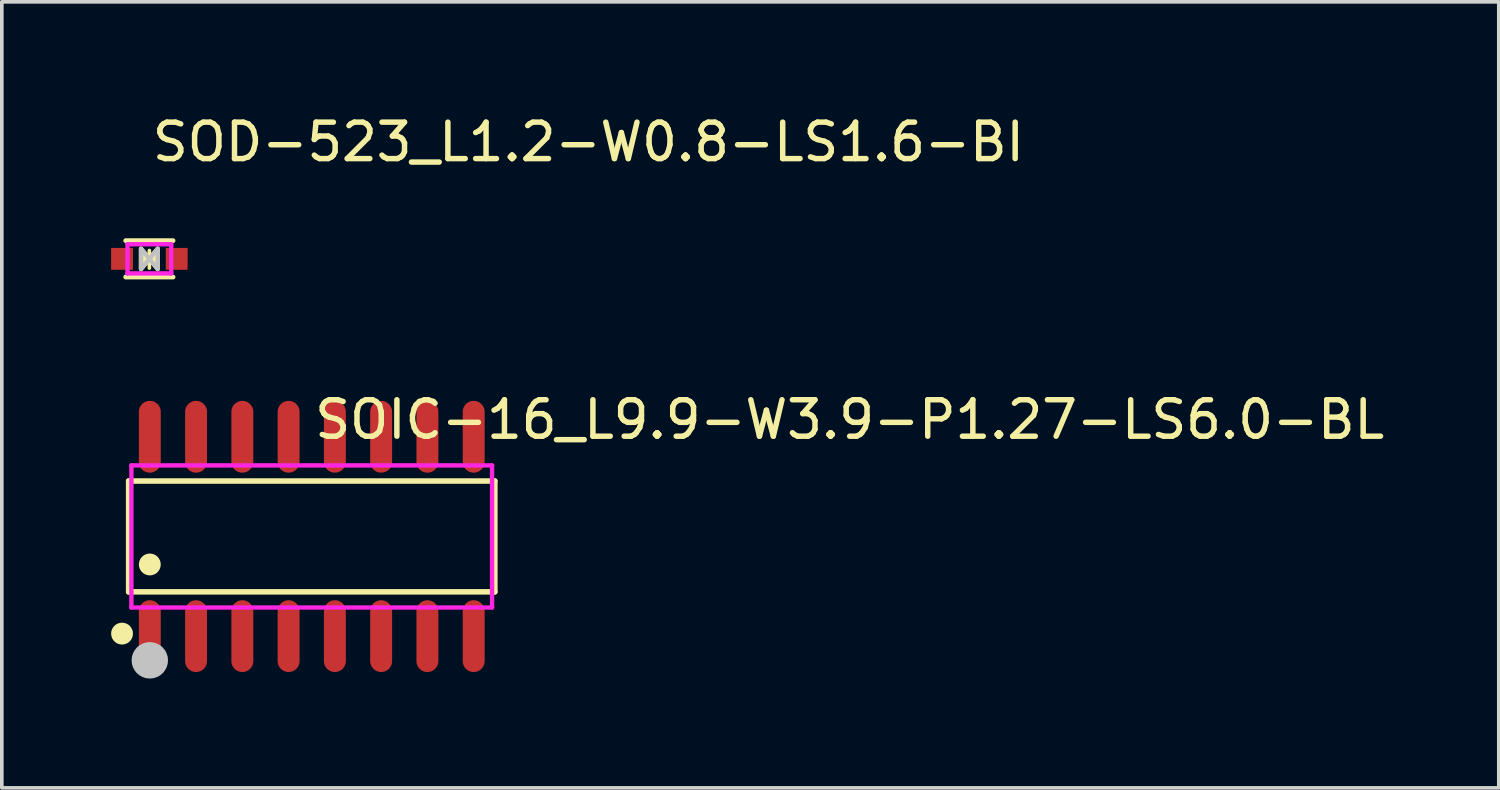
<source format=kicad_pcb>
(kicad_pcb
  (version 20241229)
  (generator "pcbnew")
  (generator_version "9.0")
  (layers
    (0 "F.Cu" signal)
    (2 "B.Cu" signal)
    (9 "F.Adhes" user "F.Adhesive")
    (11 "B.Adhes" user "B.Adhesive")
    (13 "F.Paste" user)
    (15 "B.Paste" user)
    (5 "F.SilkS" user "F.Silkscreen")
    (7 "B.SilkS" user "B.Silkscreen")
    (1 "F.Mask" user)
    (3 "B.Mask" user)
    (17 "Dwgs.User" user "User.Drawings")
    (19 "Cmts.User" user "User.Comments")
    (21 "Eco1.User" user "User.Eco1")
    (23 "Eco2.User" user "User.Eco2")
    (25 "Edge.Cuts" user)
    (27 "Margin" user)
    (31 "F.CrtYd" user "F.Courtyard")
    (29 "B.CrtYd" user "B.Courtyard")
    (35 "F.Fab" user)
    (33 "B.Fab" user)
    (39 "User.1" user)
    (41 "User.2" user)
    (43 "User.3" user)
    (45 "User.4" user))
  (footprint "SOIC-16_L9.9-W3.9-P1.27-LS6.0-BL"
    (layer "F.Cu")
    (at 5.507 11.675)
    (property "Reference" "SOIC-16_L9.9-W3.9-P1.27-LS6.0-BL" (at 0 -3.207 0) (layer "F.SilkS") (effects (font (size 1 1) (thickness 0.15)) (justify left)))
    (attr through_hole)
    (fp_line (start -5.026 -1.521) (end 5.026 -1.521) (stroke (width 0.152) (type solid)) (layer "F.SilkS"))
    (fp_line (start -5.026 1.521) (end -5.026 -1.521) (stroke (width 0.152) (type solid)) (layer "F.SilkS"))
    (fp_line (start 5.026 -1.521) (end 5.026 1.521) (stroke (width 0.152) (type solid)) (layer "F.SilkS"))
    (fp_line (start 5.026 1.521) (end -5.026 1.521) (stroke (width 0.152) (type solid)) (layer "F.SilkS"))
    (fp_circle (center -5.207 2.667) (end -5.057 2.667) (stroke (width 0.3) (type solid)) (fill no) (layer "F.SilkS"))
    (fp_circle (center -4.445 0.769) (end -4.295 0.769) (stroke (width 0.3) (type solid)) (fill no) (layer "F.SilkS"))
    (fp_circle (center -4.445 3.4) (end -4.195 3.4) (stroke (width 0.5) (type solid)) (fill no) (layer "Dwgs.User"))
    (fp_line (start -4.66 -2.31) (end -4.66 -1.94) (stroke (width 0.12) (type solid)) (layer "Eco2.User"))
    (fp_line (start -4.66 -1.94) (end -4.23 -1.94) (stroke (width 0.12) (type solid)) (layer "Eco2.User"))
    (fp_line (start -4.66 1.94) (end -4.23 1.94) (stroke (width 0.12) (type solid)) (layer "Eco2.User"))
    (fp_line (start -4.66 2.31) (end -4.66 1.94) (stroke (width 0.12) (type solid)) (layer "Eco2.User"))
    (fp_line (start -4.23 -2.31) (end -4.66 -2.31) (stroke (width 0.12) (type solid)) (layer "Eco2.User"))
    (fp_line (start -4.23 -1.94) (end -4.23 -2.31) (stroke (width 0.12) (type solid)) (layer "Eco2.User"))
    (fp_line (start -4.23 1.94) (end -4.23 2.31) (stroke (width 0.12) (type solid)) (layer "Eco2.User"))
    (fp_line (start -4.23 2.31) (end -4.66 2.31) (stroke (width 0.12) (type solid)) (layer "Eco2.User"))
    (fp_line (start -3.39 -2.31) (end -3.39 -1.94) (stroke (width 0.12) (type solid)) (layer "Eco2.User"))
    (fp_line (start -3.39 -1.94) (end -2.96 -1.94) (stroke (width 0.12) (type solid)) (layer "Eco2.User"))
    (fp_line (start -3.39 1.94) (end -2.96 1.94) (stroke (width 0.12) (type solid)) (layer "Eco2.User"))
    (fp_line (start -3.39 2.31) (end -3.39 1.94) (stroke (width 0.12) (type solid)) (layer "Eco2.User"))
    (fp_line (start -2.96 -2.31) (end -3.39 -2.31) (stroke (width 0.12) (type solid)) (layer "Eco2.User"))
    (fp_line (start -2.96 -1.94) (end -2.96 -2.31) (stroke (width 0.12) (type solid)) (layer "Eco2.User"))
    (fp_line (start -2.96 1.94) (end -2.96 2.31) (stroke (width 0.12) (type solid)) (layer "Eco2.User"))
    (fp_line (start -2.96 2.31) (end -3.39 2.31) (stroke (width 0.12) (type solid)) (layer "Eco2.User"))
    (fp_line (start -2.12 -2.31) (end -2.12 -1.94) (stroke (width 0.12) (type solid)) (layer "Eco2.User"))
    (fp_line (start -2.12 -1.94) (end -1.69 -1.94) (stroke (width 0.12) (type solid)) (layer "Eco2.User"))
    (fp_line (start -2.12 1.94) (end -1.69 1.94) (stroke (width 0.12) (type solid)) (layer "Eco2.User"))
    (fp_line (start -2.12 2.31) (end -2.12 1.94) (stroke (width 0.12) (type solid)) (layer "Eco2.User"))
    (fp_line (start -1.69 -2.31) (end -2.12 -2.31) (stroke (width 0.12) (type solid)) (layer "Eco2.User"))
    (fp_line (start -1.69 -1.94) (end -1.69 -2.31) (stroke (width 0.12) (type solid)) (layer "Eco2.User"))
    (fp_line (start -1.69 1.94) (end -1.69 2.31) (stroke (width 0.12) (type solid)) (layer "Eco2.User"))
    (fp_line (start -1.69 2.31) (end -2.12 2.31) (stroke (width 0.12) (type solid)) (layer "Eco2.User"))
    (fp_line (start -0.85 -2.31) (end -0.85 -1.94) (stroke (width 0.12) (type solid)) (layer "Eco2.User"))
    (fp_line (start -0.85 -1.94) (end -0.42 -1.94) (stroke (width 0.12) (type solid)) (layer "Eco2.User"))
    (fp_line (start -0.85 1.94) (end -0.42 1.94) (stroke (width 0.12) (type solid)) (layer "Eco2.User"))
    (fp_line (start -0.85 2.31) (end -0.85 1.94) (stroke (width 0.12) (type solid)) (layer "Eco2.User"))
    (fp_line (start -0.42 -2.31) (end -0.85 -2.31) (stroke (width 0.12) (type solid)) (layer "Eco2.User"))
    (fp_line (start -0.42 -1.94) (end -0.42 -2.31) (stroke (width 0.12) (type solid)) (layer "Eco2.User"))
    (fp_line (start -0.42 1.94) (end -0.42 2.31) (stroke (width 0.12) (type solid)) (layer "Eco2.User"))
    (fp_line (start -0.42 2.31) (end -0.85 2.31) (stroke (width 0.12) (type solid)) (layer "Eco2.User"))
    (fp_line (start 0.42 -2.31) (end 0.42 -1.94) (stroke (width 0.12) (type solid)) (layer "Eco2.User"))
    (fp_line (start 0.42 -1.94) (end 0.85 -1.94) (stroke (width 0.12) (type solid)) (layer "Eco2.User"))
    (fp_line (start 0.42 1.94) (end 0.85 1.94) (stroke (width 0.12) (type solid)) (layer "Eco2.User"))
    (fp_line (start 0.42 2.31) (end 0.42 1.94) (stroke (width 0.12) (type solid)) (layer "Eco2.User"))
    (fp_line (start 0.85 -2.31) (end 0.42 -2.31) (stroke (width 0.12) (type solid)) (layer "Eco2.User"))
    (fp_line (start 0.85 -1.94) (end 0.85 -2.31) (stroke (width 0.12) (type solid)) (layer "Eco2.User"))
    (fp_line (start 0.85 1.94) (end 0.85 2.31) (stroke (width 0.12) (type solid)) (layer "Eco2.User"))
    (fp_line (start 0.85 2.31) (end 0.42 2.31) (stroke (width 0.12) (type solid)) (layer "Eco2.User"))
    (fp_line (start 1.69 -2.31) (end 1.69 -1.94) (stroke (width 0.12) (type solid)) (layer "Eco2.User"))
    (fp_line (start 1.69 -1.94) (end 2.12 -1.94) (stroke (width 0.12) (type solid)) (layer "Eco2.User"))
    (fp_line (start 1.69 1.94) (end 2.12 1.94) (stroke (width 0.12) (type solid)) (layer "Eco2.User"))
    (fp_line (start 1.69 2.31) (end 1.69 1.94) (stroke (width 0.12) (type solid)) (layer "Eco2.User"))
    (fp_line (start 2.12 -2.31) (end 1.69 -2.31) (stroke (width 0.12) (type solid)) (layer "Eco2.User"))
    (fp_line (start 2.12 -1.94) (end 2.12 -2.31) (stroke (width 0.12) (type solid)) (layer "Eco2.User"))
    (fp_line (start 2.12 1.94) (end 2.12 2.31) (stroke (width 0.12) (type solid)) (layer "Eco2.User"))
    (fp_line (start 2.12 2.31) (end 1.69 2.31) (stroke (width 0.12) (type solid)) (layer "Eco2.User"))
    (fp_line (start 2.96 -2.31) (end 2.96 -1.94) (stroke (width 0.12) (type solid)) (layer "Eco2.User"))
    (fp_line (start 2.96 -1.94) (end 3.39 -1.94) (stroke (width 0.12) (type solid)) (layer "Eco2.User"))
    (fp_line (start 2.96 1.94) (end 3.39 1.94) (stroke (width 0.12) (type solid)) (layer "Eco2.User"))
    (fp_line (start 2.96 2.31) (end 2.96 1.94) (stroke (width 0.12) (type solid)) (layer "Eco2.User"))
    (fp_line (start 3.39 -2.31) (end 2.96 -2.31) (stroke (width 0.12) (type solid)) (layer "Eco2.User"))
    (fp_line (start 3.39 -1.94) (end 3.39 -2.31) (stroke (width 0.12) (type solid)) (layer "Eco2.User"))
    (fp_line (start 3.39 1.94) (end 3.39 2.31) (stroke (width 0.12) (type solid)) (layer "Eco2.User"))
    (fp_line (start 3.39 2.31) (end 2.96 2.31) (stroke (width 0.12) (type solid)) (layer "Eco2.User"))
    (fp_line (start 4.23 -2.31) (end 4.23 -1.94) (stroke (width 0.12) (type solid)) (layer "Eco2.User"))
    (fp_line (start 4.23 -1.94) (end 4.66 -1.94) (stroke (width 0.12) (type solid)) (layer "Eco2.User"))
    (fp_line (start 4.23 1.94) (end 4.66 1.94) (stroke (width 0.12) (type solid)) (layer "Eco2.User"))
    (fp_line (start 4.23 2.31) (end 4.23 1.94) (stroke (width 0.12) (type solid)) (layer "Eco2.User"))
    (fp_line (start 4.66 -2.31) (end 4.23 -2.31) (stroke (width 0.12) (type solid)) (layer "Eco2.User"))
    (fp_line (start 4.66 -1.94) (end 4.66 -2.31) (stroke (width 0.12) (type solid)) (layer "Eco2.User"))
    (fp_line (start 4.66 1.94) (end 4.66 2.31) (stroke (width 0.12) (type solid)) (layer "Eco2.User"))
    (fp_line (start 4.66 2.31) (end 4.23 2.31) (stroke (width 0.12) (type solid)) (layer "Eco2.User"))
    (fp_circle (center -4.95 3) (end -4.92 3) (stroke (width 0.06) (type solid)) (fill no) (layer "Eco2.User"))
    (fp_poly (pts (xy -4.66 -3) (xy -4.66 -2.3) (xy -4.23 -2.3) (xy -4.23 -3)) (stroke (width 0.12) (type solid)) (fill no) (layer "Eco2.User"))
    (fp_poly (pts (xy -4.66 3) (xy -4.66 2.3) (xy -4.23 2.3) (xy -4.23 3)) (stroke (width 0.12) (type solid)) (fill no) (layer "Eco2.User"))
    (fp_poly (pts (xy -3.39 -3) (xy -3.39 -2.3) (xy -2.96 -2.3) (xy -2.96 -3)) (stroke (width 0.12) (type solid)) (fill no) (layer "Eco2.User"))
    (fp_poly (pts (xy -3.39 3) (xy -3.39 2.3) (xy -2.96 2.3) (xy -2.96 3)) (stroke (width 0.12) (type solid)) (fill no) (layer "Eco2.User"))
    (fp_poly (pts (xy -2.12 -3) (xy -2.12 -2.3) (xy -1.69 -2.3) (xy -1.69 -3)) (stroke (width 0.12) (type solid)) (fill no) (layer "Eco2.User"))
    (fp_poly (pts (xy -2.12 3) (xy -2.12 2.3) (xy -1.69 2.3) (xy -1.69 3)) (stroke (width 0.12) (type solid)) (fill no) (layer "Eco2.User"))
    (fp_poly (pts (xy -0.85 -3) (xy -0.85 -2.3) (xy -0.42 -2.3) (xy -0.42 -3)) (stroke (width 0.12) (type solid)) (fill no) (layer "Eco2.User"))
    (fp_poly (pts (xy -0.85 3) (xy -0.85 2.3) (xy -0.42 2.3) (xy -0.42 3)) (stroke (width 0.12) (type solid)) (fill no) (layer "Eco2.User"))
    (fp_poly (pts (xy 0.42 -3) (xy 0.42 -2.3) (xy 0.85 -2.3) (xy 0.85 -3)) (stroke (width 0.12) (type solid)) (fill no) (layer "Eco2.User"))
    (fp_poly (pts (xy 0.42 3) (xy 0.42 2.3) (xy 0.85 2.3) (xy 0.85 3)) (stroke (width 0.12) (type solid)) (fill no) (layer "Eco2.User"))
    (fp_poly (pts (xy 1.69 -3) (xy 1.69 -2.3) (xy 2.12 -2.3) (xy 2.12 -3)) (stroke (width 0.12) (type solid)) (fill no) (layer "Eco2.User"))
    (fp_poly (pts (xy 1.69 3) (xy 1.69 2.3) (xy 2.12 2.3) (xy 2.12 3)) (stroke (width 0.12) (type solid)) (fill no) (layer "Eco2.User"))
    (fp_poly (pts (xy 2.96 -3) (xy 2.96 -2.3) (xy 3.39 -2.3) (xy 3.39 -3)) (stroke (width 0.12) (type solid)) (fill no) (layer "Eco2.User"))
    (fp_poly (pts (xy 2.96 3) (xy 2.96 2.3) (xy 3.39 2.3) (xy 3.39 3)) (stroke (width 0.12) (type solid)) (fill no) (layer "Eco2.User"))
    (fp_poly (pts (xy 4.23 -3) (xy 4.23 -2.3) (xy 4.66 -2.3) (xy 4.66 -3)) (stroke (width 0.12) (type solid)) (fill no) (layer "Eco2.User"))
    (fp_poly (pts (xy 4.23 3) (xy 4.23 2.3) (xy 4.66 2.3) (xy 4.66 3)) (stroke (width 0.12) (type solid)) (fill no) (layer "Eco2.User"))
    (fp_line (start -4.95 -1.95) (end 4.95 -1.95) (stroke (width 0.12) (type solid)) (layer "F.CrtYd"))
    (fp_line (start -4.95 1.95) (end -4.95 -1.95) (stroke (width 0.12) (type solid)) (layer "F.CrtYd"))
    (fp_line (start 4.95 -1.95) (end 4.95 1.95) (stroke (width 0.12) (type solid)) (layer "F.CrtYd"))
    (fp_line (start 4.95 1.95) (end -4.95 1.95) (stroke (width 0.12) (type solid)) (layer "F.CrtYd"))
    (pad "1" smd oval (at -4.445 2.736) (size 0.602 1.971) (layers "F.Cu" "F.Mask" "F.Paste"))
    (pad "2" smd oval (at -3.175 2.736) (size 0.602 1.971) (layers "F.Cu" "F.Mask" "F.Paste"))
    (pad "3" smd oval (at -1.905 2.736) (size 0.602 1.971) (layers "F.Cu" "F.Mask" "F.Paste"))
    (pad "4" smd oval (at -0.635 2.736) (size 0.602 1.971) (layers "F.Cu" "F.Mask" "F.Paste"))
    (pad "5" smd oval (at 0.635 2.736) (size 0.602 1.971) (layers "F.Cu" "F.Mask" "F.Paste"))
    (pad "6" smd oval (at 1.905 2.736) (size 0.602 1.971) (layers "F.Cu" "F.Mask" "F.Paste"))
    (pad "7" smd oval (at 3.175 2.736) (size 0.602 1.971) (layers "F.Cu" "F.Mask" "F.Paste"))
    (pad "8" smd oval (at 4.445 2.736) (size 0.602 1.971) (layers "F.Cu" "F.Mask" "F.Paste"))
    (pad "9" smd oval (at 4.445 -2.736) (size 0.602 1.971) (layers "F.Cu" "F.Mask" "F.Paste"))
    (pad "10" smd oval (at 3.175 -2.736) (size 0.602 1.971) (layers "F.Cu" "F.Mask" "F.Paste"))
    (pad "11" smd oval (at 1.905 -2.736) (size 0.602 1.971) (layers "F.Cu" "F.Mask" "F.Paste"))
    (pad "12" smd oval (at 0.635 -2.736) (size 0.602 1.971) (layers "F.Cu" "F.Mask" "F.Paste"))
    (pad "13" smd oval (at -0.635 -2.736) (size 0.602 1.971) (layers "F.Cu" "F.Mask" "F.Paste"))
    (pad "14" smd oval (at -1.905 -2.736) (size 0.602 1.971) (layers "F.Cu" "F.Mask" "F.Paste"))
    (pad "15" smd oval (at -3.175 -2.736) (size 0.602 1.971) (layers "F.Cu" "F.Mask" "F.Paste"))
    (pad "16" smd oval (at -4.445 -2.736) (size 0.602 1.971) (layers "F.Cu" "F.Mask" "F.Paste")))
  (footprint "SOD-523_L1.2-W0.8-LS1.6-BI"
    (layer "F.Cu")
    (at 1.05 4.055)
    (property "Reference" "SOD-523_L1.2-W0.8-LS1.6-BI" (at 0 -3.207 0) (layer "F.SilkS") (effects (font (size 1 1) (thickness 0.15)) (justify left)))
    (attr through_hole)
    (fp_line (start -0.65 -0.5) (end 0.65 -0.5) (stroke (width 0.13) (type solid)) (layer "F.SilkS"))
    (fp_line (start -0.65 0.5) (end 0.65 0.5) (stroke (width 0.13) (type solid)) (layer "F.SilkS"))
    (fp_line (start 0 -0.229) (end 0 0.254) (stroke (width 0.1) (type solid)) (layer "F.SilkS"))
    (fp_poly (pts (xy 0 0) (xy -0.229 0.279) (xy -0.229 -0.279)) (stroke (width 0.12) (type solid)) (fill yes) (layer "F.SilkS"))
    (fp_poly (pts (xy 0 0) (xy 0.229 -0.279) (xy 0.229 0.279)) (stroke (width 0.12) (type solid)) (fill yes) (layer "F.SilkS"))
    (fp_poly (pts (xy -0.229 -0.279) (xy -0.229 0.279) (xy 0 0)) (stroke (width 0.12) (type solid)) (fill no) (layer "Dwgs.User"))
    (fp_poly (pts (xy 0.229 -0.279) (xy 0.229 0.279) (xy 0 0)) (stroke (width 0.12) (type solid)) (fill no) (layer "Dwgs.User"))
    (fp_circle (center -0.8 0.4) (end -0.77 0.4) (stroke (width 0.06) (type solid)) (fill no) (layer "Eco2.User"))
    (fp_poly (pts (xy -0.8 -0.15) (xy -0.463 -0.15) (xy -0.463 0.15) (xy -0.8 0.15)) (stroke (width 0.12) (type solid)) (fill no) (layer "Eco2.User"))
    (fp_poly (pts (xy 0.8 0.152) (xy 0.463 0.152) (xy 0.463 -0.148) (xy 0.8 -0.148)) (stroke (width 0.12) (type solid)) (fill no) (layer "Eco2.User"))
    (fp_line (start -0.6 -0.4) (end 0.6 -0.4) (stroke (width 0.12) (type solid)) (layer "F.CrtYd"))
    (fp_line (start -0.6 0.4) (end -0.6 -0.4) (stroke (width 0.12) (type solid)) (layer "F.CrtYd"))
    (fp_line (start 0.6 -0.4) (end 0.6 0.4) (stroke (width 0.12) (type solid)) (layer "F.CrtYd"))
    (fp_line (start 0.6 0.4) (end -0.6 0.4) (stroke (width 0.12) (type solid)) (layer "F.CrtYd"))
    (pad "1" smd rect (at -0.75 0) (size 0.6 0.6) (layers "F.Cu" "F.Mask" "F.Paste"))
    (pad "2" smd rect (at 0.75 0 180) (size 0.6 0.6) (layers "F.Cu" "F.Mask" "F.Paste")))
  (gr_rect
    (start -3 -3)
    (end 38.09 18.576)
    (stroke (width 0.1) (type default))
    (fill no)
    (layer "Edge.Cuts")))
</source>
